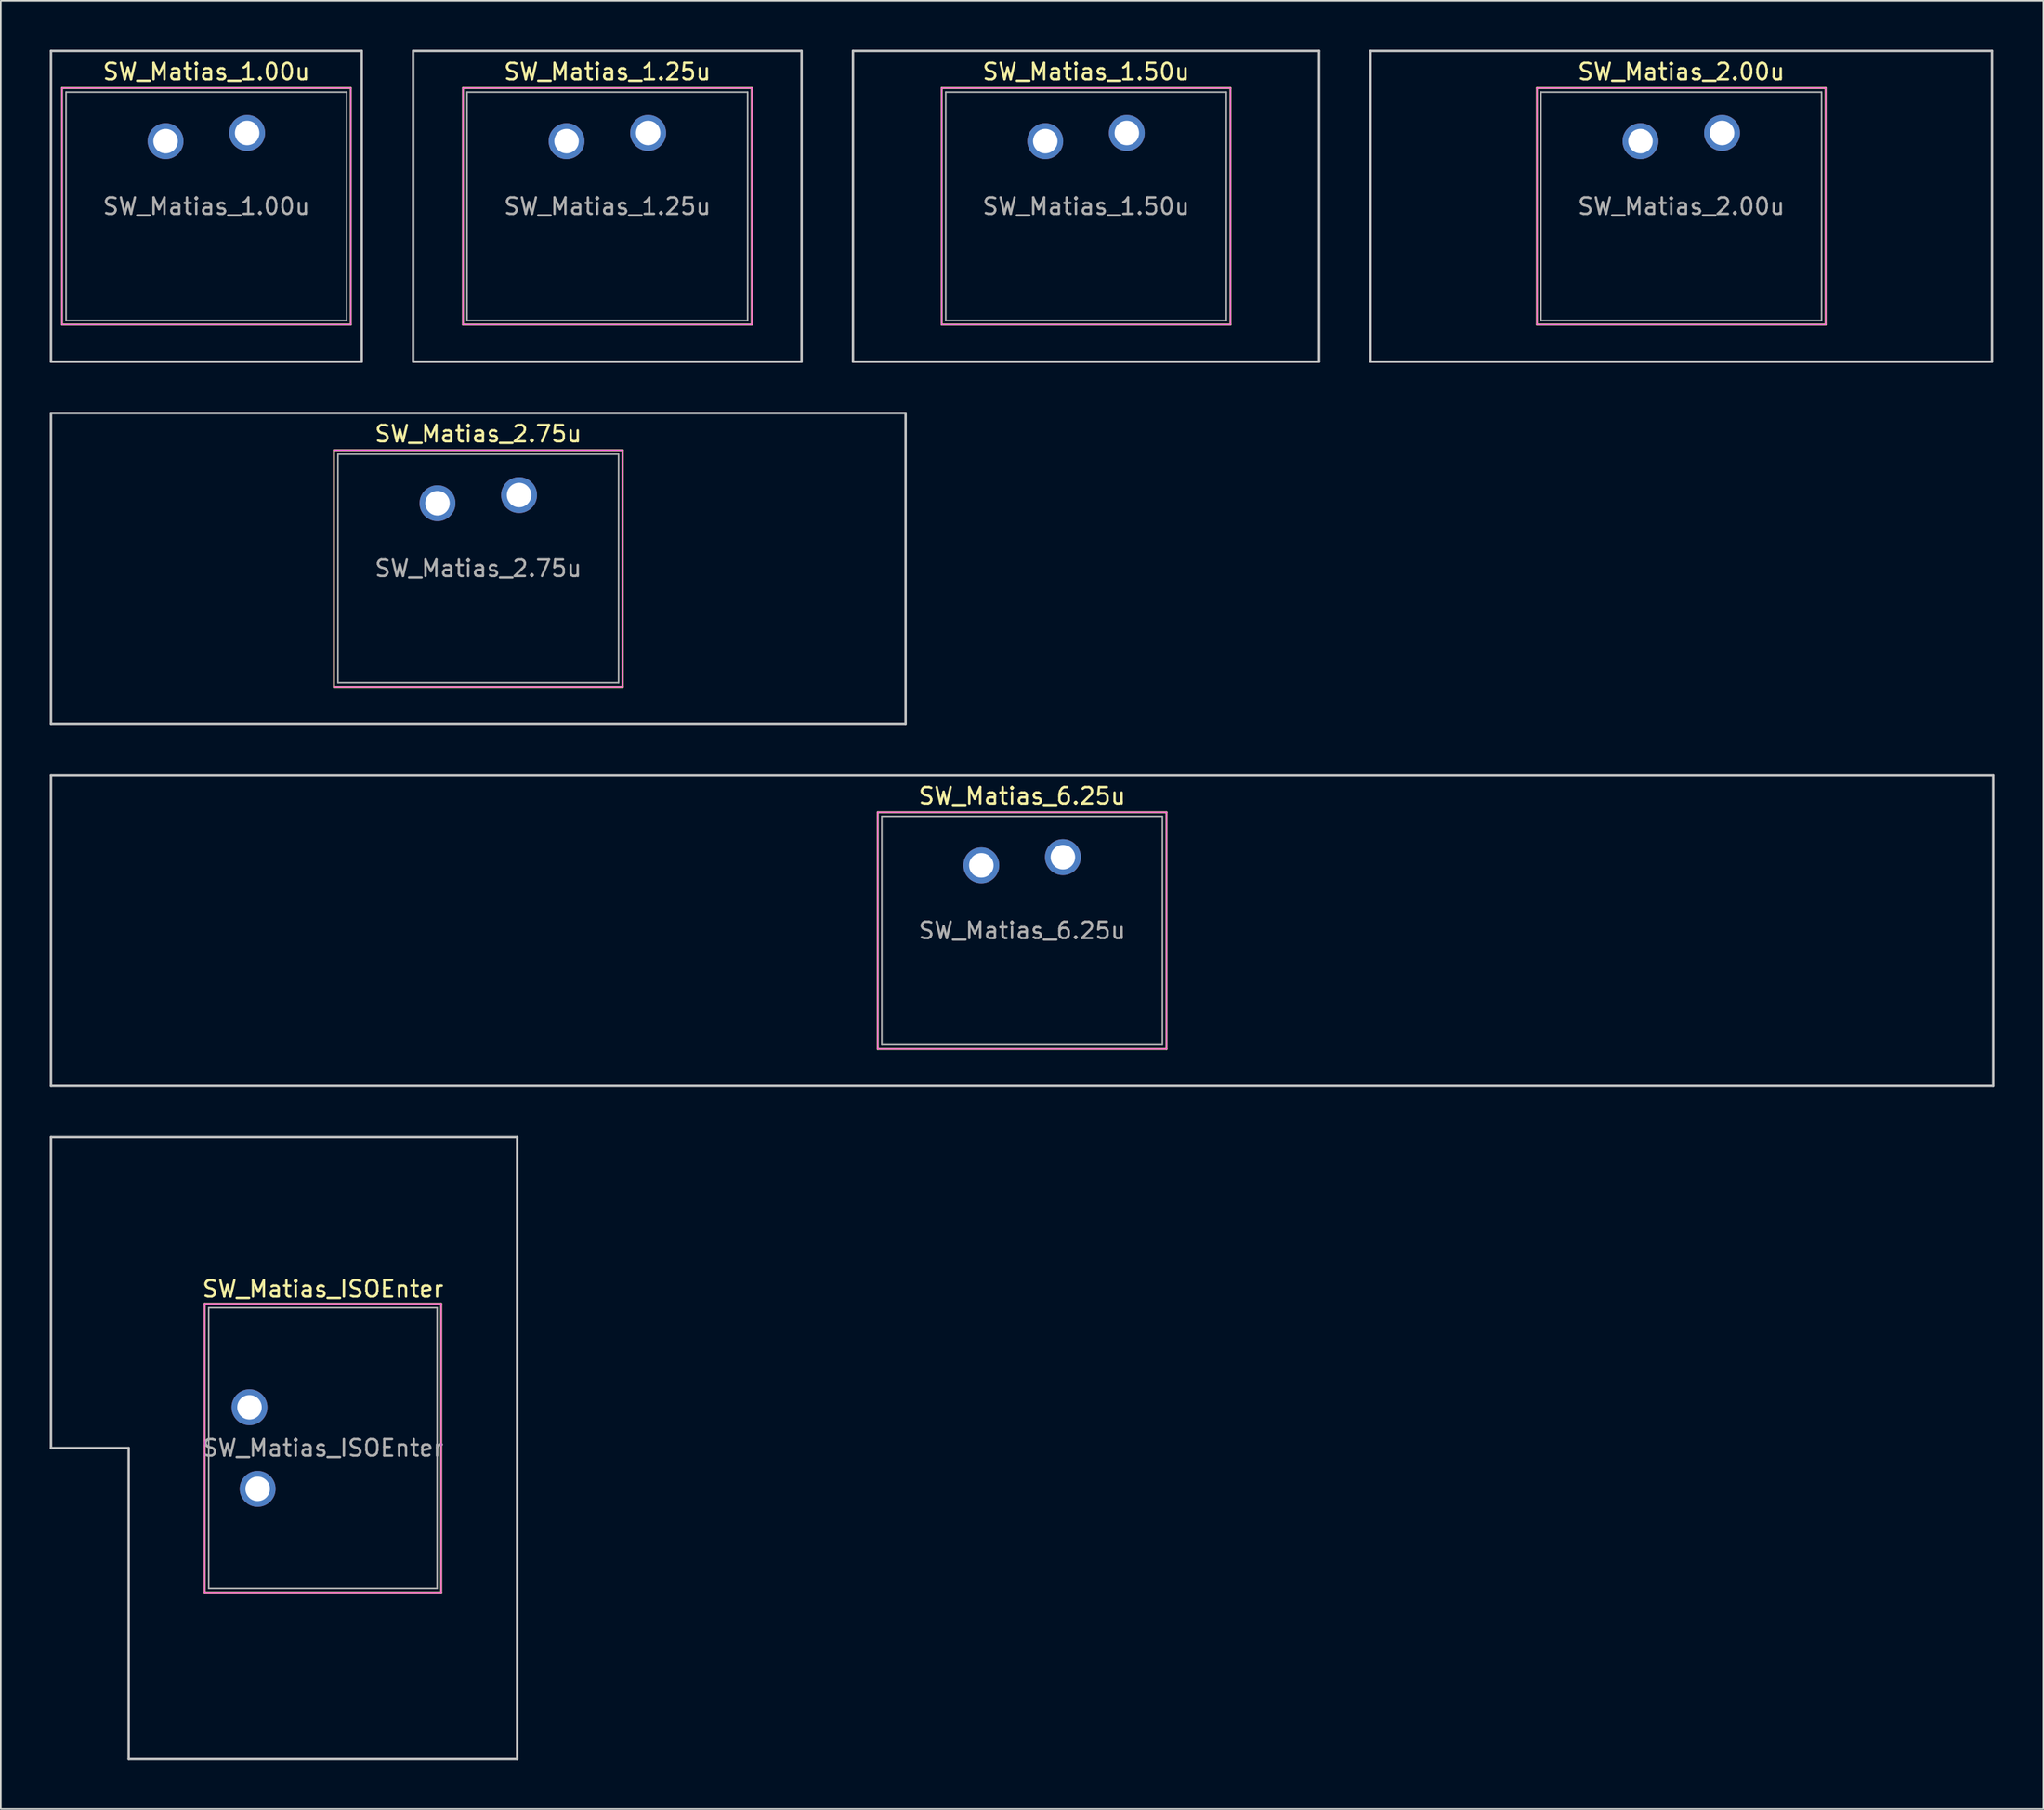
<source format=kicad_pcb>
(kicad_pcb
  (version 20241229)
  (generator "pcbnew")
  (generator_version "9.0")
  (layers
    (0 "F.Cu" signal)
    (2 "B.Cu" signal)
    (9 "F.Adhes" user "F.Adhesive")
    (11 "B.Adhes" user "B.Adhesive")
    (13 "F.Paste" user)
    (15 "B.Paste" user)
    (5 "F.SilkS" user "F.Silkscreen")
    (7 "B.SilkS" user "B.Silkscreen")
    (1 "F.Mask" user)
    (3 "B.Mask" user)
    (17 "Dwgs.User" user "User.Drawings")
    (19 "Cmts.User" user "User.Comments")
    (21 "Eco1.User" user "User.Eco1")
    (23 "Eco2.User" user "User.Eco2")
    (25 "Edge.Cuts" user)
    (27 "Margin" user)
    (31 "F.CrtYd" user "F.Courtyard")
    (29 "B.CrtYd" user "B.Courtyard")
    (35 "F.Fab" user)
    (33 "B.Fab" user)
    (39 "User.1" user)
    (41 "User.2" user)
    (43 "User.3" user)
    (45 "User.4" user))
  (footprint "SW_Matias_ISOEnter"
    (layer "F.Cu")
    (at 12.244 83.225)
    (property "Reference" "SW_Matias_ISOEnter" (at 4.5 -7.25 0) (layer "F.SilkS") (effects (font (size 1 1) (thickness 0.15))))
    (attr through_hole)
    (fp_line (start -2.75 -6.35) (end 11.75 -6.35) (stroke (width 0.12) (type solid)) (layer "F.SilkS"))
    (fp_line (start -2.75 11.35) (end -2.75 -6.35) (stroke (width 0.12) (type solid)) (layer "F.SilkS"))
    (fp_line (start 11.75 -6.35) (end 11.75 11.35) (stroke (width 0.12) (type solid)) (layer "F.SilkS"))
    (fp_line (start 11.75 11.35) (end -2.75 11.35) (stroke (width 0.12) (type solid)) (layer "F.SilkS"))
    (fp_line (start -12.169 -16.55) (end -12.169 2.5) (stroke (width 0.15) (type solid)) (layer "Dwgs.User"))
    (fp_line (start -12.169 -16.55) (end 16.406 -16.55) (stroke (width 0.15) (type solid)) (layer "Dwgs.User"))
    (fp_line (start -12.169 2.5) (end -7.406 2.5) (stroke (width 0.15) (type solid)) (layer "Dwgs.User"))
    (fp_line (start -7.406 21.55) (end -7.406 2.5) (stroke (width 0.15) (type solid)) (layer "Dwgs.User"))
    (fp_line (start 16.406 -16.55) (end 16.406 21.55) (stroke (width 0.15) (type solid)) (layer "Dwgs.User"))
    (fp_line (start 16.406 21.55) (end -7.406 21.55) (stroke (width 0.15) (type solid)) (layer "Dwgs.User"))
    (fp_line (start -2.75 11.35) (end -2.75 -6.35) (stroke (width 0.05) (type solid)) (layer "F.CrtYd"))
    (fp_line (start -2.75 11.35) (end 11.75 11.35) (stroke (width 0.05) (type solid)) (layer "F.CrtYd"))
    (fp_line (start 11.75 -6.35) (end -2.75 -6.35) (stroke (width 0.05) (type solid)) (layer "F.CrtYd"))
    (fp_line (start 11.75 11.35) (end 11.75 -6.35) (stroke (width 0.05) (type solid)) (layer "F.CrtYd"))
    (fp_line (start -2.5 -6.1) (end 11.5 -6.1) (stroke (width 0.1) (type solid)) (layer "F.Fab"))
    (fp_line (start -2.5 11.1) (end -2.5 -6.1) (stroke (width 0.1) (type solid)) (layer "F.Fab"))
    (fp_line (start 11.5 -6.1) (end 11.5 11.1) (stroke (width 0.1) (type solid)) (layer "F.Fab"))
    (fp_line (start 11.5 11.1) (end -2.5 11.1) (stroke (width 0.1) (type solid)) (layer "F.Fab"))
    (fp_text user "${REFERENCE}" (at 4.5 2.5 180) (layer "F.Fab") (effects (font (size 1 1) (thickness 0.15))))
    (pad "1" thru_hole circle (at 0 0) (size 2.2 2.2) (drill 1.5) (layers "*.Cu" "*.Mask"))
    (pad "2" thru_hole circle (at 0.5 5) (size 2.2 2.2) (drill 1.5) (layers "*.Cu" "*.Mask")))
  (footprint "SW_Matias_1.00u"
    (layer "F.Cu")
    (at 12.1 5.1)
    (property "Reference" "SW_Matias_1.00u" (at -2.5 -3.75 0) (layer "F.SilkS") (effects (font (size 1 1) (thickness 0.15))))
    (attr through_hole)
    (fp_line (start -11.35 -2.75) (end 6.35 -2.75) (stroke (width 0.12) (type solid)) (layer "F.SilkS"))
    (fp_line (start -11.35 11.75) (end -11.35 -2.75) (stroke (width 0.12) (type solid)) (layer "F.SilkS"))
    (fp_line (start 6.35 -2.75) (end 6.35 11.75) (stroke (width 0.12) (type solid)) (layer "F.SilkS"))
    (fp_line (start 6.35 11.75) (end -11.35 11.75) (stroke (width 0.12) (type solid)) (layer "F.SilkS"))
    (fp_line (start -12.025 -5.025) (end 7.025 -5.025) (stroke (width 0.15) (type solid)) (layer "Dwgs.User"))
    (fp_line (start -12.025 14.025) (end -12.025 -5.025) (stroke (width 0.15) (type solid)) (layer "Dwgs.User"))
    (fp_line (start 7.025 -5.025) (end 7.025 14.025) (stroke (width 0.15) (type solid)) (layer "Dwgs.User"))
    (fp_line (start 7.025 14.025) (end -12.025 14.025) (stroke (width 0.15) (type solid)) (layer "Dwgs.User"))
    (fp_line (start -11.35 -2.75) (end -11.35 11.75) (stroke (width 0.05) (type solid)) (layer "F.CrtYd"))
    (fp_line (start -11.35 -2.75) (end 6.35 -2.75) (stroke (width 0.05) (type solid)) (layer "F.CrtYd"))
    (fp_line (start -11.35 11.75) (end 6.35 11.75) (stroke (width 0.05) (type solid)) (layer "F.CrtYd"))
    (fp_line (start 6.35 11.75) (end 6.35 -2.75) (stroke (width 0.05) (type solid)) (layer "F.CrtYd"))
    (fp_line (start -11.1 -2.5) (end 6.1 -2.5) (stroke (width 0.1) (type solid)) (layer "F.Fab"))
    (fp_line (start -11.1 11.5) (end -11.1 -2.5) (stroke (width 0.1) (type solid)) (layer "F.Fab"))
    (fp_line (start 6.1 -2.5) (end 6.1 11.5) (stroke (width 0.1) (type solid)) (layer "F.Fab"))
    (fp_line (start 6.1 11.5) (end -11.1 11.5) (stroke (width 0.1) (type solid)) (layer "F.Fab"))
    (fp_text user "${REFERENCE}" (at -2.5 4.5 0) (layer "F.Fab") (effects (font (size 1 1) (thickness 0.15))))
    (pad "1" thru_hole circle (at 0 0) (size 2.2 2.2) (drill 1.5) (layers "*.Cu" "*.Mask"))
    (pad "2" thru_hole circle (at -5 0.5) (size 2.2 2.2) (drill 1.5) (layers "*.Cu" "*.Mask")))
  (footprint "SW_Matias_1.50u"
    (layer "F.Cu")
    (at 66.025 5.1)
    (property "Reference" "SW_Matias_1.50u" (at -2.5 -3.75 0) (layer "F.SilkS") (effects (font (size 1 1) (thickness 0.15))))
    (attr through_hole)
    (fp_line (start -11.35 -2.75) (end 6.35 -2.75) (stroke (width 0.12) (type solid)) (layer "F.SilkS"))
    (fp_line (start -11.35 11.75) (end -11.35 -2.75) (stroke (width 0.12) (type solid)) (layer "F.SilkS"))
    (fp_line (start 6.35 -2.75) (end 6.35 11.75) (stroke (width 0.12) (type solid)) (layer "F.SilkS"))
    (fp_line (start 6.35 11.75) (end -11.35 11.75) (stroke (width 0.12) (type solid)) (layer "F.SilkS"))
    (fp_line (start -16.788 -5.025) (end 11.787 -5.025) (stroke (width 0.15) (type solid)) (layer "Dwgs.User"))
    (fp_line (start -16.788 14.025) (end -16.788 -5.025) (stroke (width 0.15) (type solid)) (layer "Dwgs.User"))
    (fp_line (start 11.787 -5.025) (end 11.787 14.025) (stroke (width 0.15) (type solid)) (layer "Dwgs.User"))
    (fp_line (start 11.787 14.025) (end -16.788 14.025) (stroke (width 0.15) (type solid)) (layer "Dwgs.User"))
    (fp_line (start -11.35 -2.75) (end -11.35 11.75) (stroke (width 0.05) (type solid)) (layer "F.CrtYd"))
    (fp_line (start -11.35 -2.75) (end 6.35 -2.75) (stroke (width 0.05) (type solid)) (layer "F.CrtYd"))
    (fp_line (start -11.35 11.75) (end 6.35 11.75) (stroke (width 0.05) (type solid)) (layer "F.CrtYd"))
    (fp_line (start 6.35 11.75) (end 6.35 -2.75) (stroke (width 0.05) (type solid)) (layer "F.CrtYd"))
    (fp_line (start -11.1 -2.5) (end 6.1 -2.5) (stroke (width 0.1) (type solid)) (layer "F.Fab"))
    (fp_line (start -11.1 11.5) (end -11.1 -2.5) (stroke (width 0.1) (type solid)) (layer "F.Fab"))
    (fp_line (start 6.1 -2.5) (end 6.1 11.5) (stroke (width 0.1) (type solid)) (layer "F.Fab"))
    (fp_line (start 6.1 11.5) (end -11.1 11.5) (stroke (width 0.1) (type solid)) (layer "F.Fab"))
    (fp_text user "${REFERENCE}" (at -2.5 4.5 0) (layer "F.Fab") (effects (font (size 1 1) (thickness 0.15))))
    (pad "1" thru_hole circle (at 0 0) (size 2.2 2.2) (drill 1.5) (layers "*.Cu" "*.Mask"))
    (pad "2" thru_hole circle (at -5 0.5) (size 2.2 2.2) (drill 1.5) (layers "*.Cu" "*.Mask")))
  (footprint "SW_Matias_2.75u"
    (layer "F.Cu")
    (at 28.769 27.3)
    (property "Reference" "SW_Matias_2.75u" (at -2.5 -3.75 0) (layer "F.SilkS") (effects (font (size 1 1) (thickness 0.15))))
    (attr through_hole)
    (fp_line (start -11.35 -2.75) (end 6.35 -2.75) (stroke (width 0.12) (type solid)) (layer "F.SilkS"))
    (fp_line (start -11.35 11.75) (end -11.35 -2.75) (stroke (width 0.12) (type solid)) (layer "F.SilkS"))
    (fp_line (start 6.35 -2.75) (end 6.35 11.75) (stroke (width 0.12) (type solid)) (layer "F.SilkS"))
    (fp_line (start 6.35 11.75) (end -11.35 11.75) (stroke (width 0.12) (type solid)) (layer "F.SilkS"))
    (fp_line (start -28.694 -5.025) (end 23.694 -5.025) (stroke (width 0.15) (type solid)) (layer "Dwgs.User"))
    (fp_line (start -28.694 14.025) (end -28.694 -5.025) (stroke (width 0.15) (type solid)) (layer "Dwgs.User"))
    (fp_line (start 23.694 -5.025) (end 23.694 14.025) (stroke (width 0.15) (type solid)) (layer "Dwgs.User"))
    (fp_line (start 23.694 14.025) (end -28.694 14.025) (stroke (width 0.15) (type solid)) (layer "Dwgs.User"))
    (fp_line (start -11.35 -2.75) (end -11.35 11.75) (stroke (width 0.05) (type solid)) (layer "F.CrtYd"))
    (fp_line (start -11.35 -2.75) (end 6.35 -2.75) (stroke (width 0.05) (type solid)) (layer "F.CrtYd"))
    (fp_line (start -11.35 11.75) (end 6.35 11.75) (stroke (width 0.05) (type solid)) (layer "F.CrtYd"))
    (fp_line (start 6.35 11.75) (end 6.35 -2.75) (stroke (width 0.05) (type solid)) (layer "F.CrtYd"))
    (fp_line (start -11.1 -2.5) (end 6.1 -2.5) (stroke (width 0.1) (type solid)) (layer "F.Fab"))
    (fp_line (start -11.1 11.5) (end -11.1 -2.5) (stroke (width 0.1) (type solid)) (layer "F.Fab"))
    (fp_line (start 6.1 -2.5) (end 6.1 11.5) (stroke (width 0.1) (type solid)) (layer "F.Fab"))
    (fp_line (start 6.1 11.5) (end -11.1 11.5) (stroke (width 0.1) (type solid)) (layer "F.Fab"))
    (fp_text user "${REFERENCE}" (at -2.5 4.5 0) (layer "F.Fab") (effects (font (size 1 1) (thickness 0.15))))
    (pad "1" thru_hole circle (at 0 0) (size 2.2 2.2) (drill 1.5) (layers "*.Cu" "*.Mask"))
    (pad "2" thru_hole circle (at -5 0.5) (size 2.2 2.2) (drill 1.5) (layers "*.Cu" "*.Mask")))
  (footprint "SW_Matias_1.25u"
    (layer "F.Cu")
    (at 36.681 5.1)
    (property "Reference" "SW_Matias_1.25u" (at -2.5 -3.75 0) (layer "F.SilkS") (effects (font (size 1 1) (thickness 0.15))))
    (attr through_hole)
    (fp_line (start -11.35 -2.75) (end 6.35 -2.75) (stroke (width 0.12) (type solid)) (layer "F.SilkS"))
    (fp_line (start -11.35 11.75) (end -11.35 -2.75) (stroke (width 0.12) (type solid)) (layer "F.SilkS"))
    (fp_line (start 6.35 -2.75) (end 6.35 11.75) (stroke (width 0.12) (type solid)) (layer "F.SilkS"))
    (fp_line (start 6.35 11.75) (end -11.35 11.75) (stroke (width 0.12) (type solid)) (layer "F.SilkS"))
    (fp_line (start -14.406 -5.025) (end 9.406 -5.025) (stroke (width 0.15) (type solid)) (layer "Dwgs.User"))
    (fp_line (start -14.406 14.025) (end -14.406 -5.025) (stroke (width 0.15) (type solid)) (layer "Dwgs.User"))
    (fp_line (start 9.406 -5.025) (end 9.406 14.025) (stroke (width 0.15) (type solid)) (layer "Dwgs.User"))
    (fp_line (start 9.406 14.025) (end -14.406 14.025) (stroke (width 0.15) (type solid)) (layer "Dwgs.User"))
    (fp_line (start -11.35 -2.75) (end -11.35 11.75) (stroke (width 0.05) (type solid)) (layer "F.CrtYd"))
    (fp_line (start -11.35 -2.75) (end 6.35 -2.75) (stroke (width 0.05) (type solid)) (layer "F.CrtYd"))
    (fp_line (start -11.35 11.75) (end 6.35 11.75) (stroke (width 0.05) (type solid)) (layer "F.CrtYd"))
    (fp_line (start 6.35 11.75) (end 6.35 -2.75) (stroke (width 0.05) (type solid)) (layer "F.CrtYd"))
    (fp_line (start -11.1 -2.5) (end 6.1 -2.5) (stroke (width 0.1) (type solid)) (layer "F.Fab"))
    (fp_line (start -11.1 11.5) (end -11.1 -2.5) (stroke (width 0.1) (type solid)) (layer "F.Fab"))
    (fp_line (start 6.1 -2.5) (end 6.1 11.5) (stroke (width 0.1) (type solid)) (layer "F.Fab"))
    (fp_line (start 6.1 11.5) (end -11.1 11.5) (stroke (width 0.1) (type solid)) (layer "F.Fab"))
    (fp_text user "${REFERENCE}" (at -2.5 4.5 0) (layer "F.Fab") (effects (font (size 1 1) (thickness 0.15))))
    (pad "1" thru_hole circle (at 0 0) (size 2.2 2.2) (drill 1.5) (layers "*.Cu" "*.Mask"))
    (pad "2" thru_hole circle (at -5 0.5) (size 2.2 2.2) (drill 1.5) (layers "*.Cu" "*.Mask")))
  (footprint "SW_Matias_6.25u"
    (layer "F.Cu")
    (at 62.106 49.5)
    (property "Reference" "SW_Matias_6.25u" (at -2.5 -3.75 0) (layer "F.SilkS") (effects (font (size 1 1) (thickness 0.15))))
    (attr through_hole)
    (fp_line (start -11.35 -2.75) (end 6.35 -2.75) (stroke (width 0.12) (type solid)) (layer "F.SilkS"))
    (fp_line (start -11.35 11.75) (end -11.35 -2.75) (stroke (width 0.12) (type solid)) (layer "F.SilkS"))
    (fp_line (start 6.35 -2.75) (end 6.35 11.75) (stroke (width 0.12) (type solid)) (layer "F.SilkS"))
    (fp_line (start 6.35 11.75) (end -11.35 11.75) (stroke (width 0.12) (type solid)) (layer "F.SilkS"))
    (fp_line (start -62.031 -5.025) (end 57.031 -5.025) (stroke (width 0.15) (type solid)) (layer "Dwgs.User"))
    (fp_line (start -62.031 14.025) (end -62.031 -5.025) (stroke (width 0.15) (type solid)) (layer "Dwgs.User"))
    (fp_line (start 57.031 -5.025) (end 57.031 14.025) (stroke (width 0.15) (type solid)) (layer "Dwgs.User"))
    (fp_line (start 57.031 14.025) (end -62.031 14.025) (stroke (width 0.15) (type solid)) (layer "Dwgs.User"))
    (fp_line (start -11.35 -2.75) (end -11.35 11.75) (stroke (width 0.05) (type solid)) (layer "F.CrtYd"))
    (fp_line (start -11.35 -2.75) (end 6.35 -2.75) (stroke (width 0.05) (type solid)) (layer "F.CrtYd"))
    (fp_line (start -11.35 11.75) (end 6.35 11.75) (stroke (width 0.05) (type solid)) (layer "F.CrtYd"))
    (fp_line (start 6.35 11.75) (end 6.35 -2.75) (stroke (width 0.05) (type solid)) (layer "F.CrtYd"))
    (fp_line (start -11.1 -2.5) (end 6.1 -2.5) (stroke (width 0.1) (type solid)) (layer "F.Fab"))
    (fp_line (start -11.1 11.5) (end -11.1 -2.5) (stroke (width 0.1) (type solid)) (layer "F.Fab"))
    (fp_line (start 6.1 -2.5) (end 6.1 11.5) (stroke (width 0.1) (type solid)) (layer "F.Fab"))
    (fp_line (start 6.1 11.5) (end -11.1 11.5) (stroke (width 0.1) (type solid)) (layer "F.Fab"))
    (fp_text user "${REFERENCE}" (at -2.5 4.5 0) (layer "F.Fab") (effects (font (size 1 1) (thickness 0.15))))
    (pad "1" thru_hole circle (at 0 0) (size 2.2 2.2) (drill 1.5) (layers "*.Cu" "*.Mask"))
    (pad "2" thru_hole circle (at -5 0.5) (size 2.2 2.2) (drill 1.5) (layers "*.Cu" "*.Mask")))
  (footprint "SW_Matias_2.00u"
    (layer "F.Cu")
    (at 102.513 5.1)
    (property "Reference" "SW_Matias_2.00u" (at -2.5 -3.75 0) (layer "F.SilkS") (effects (font (size 1 1) (thickness 0.15))))
    (attr through_hole)
    (fp_line (start -11.35 -2.75) (end 6.35 -2.75) (stroke (width 0.12) (type solid)) (layer "F.SilkS"))
    (fp_line (start -11.35 11.75) (end -11.35 -2.75) (stroke (width 0.12) (type solid)) (layer "F.SilkS"))
    (fp_line (start 6.35 -2.75) (end 6.35 11.75) (stroke (width 0.12) (type solid)) (layer "F.SilkS"))
    (fp_line (start 6.35 11.75) (end -11.35 11.75) (stroke (width 0.12) (type solid)) (layer "F.SilkS"))
    (fp_line (start -21.55 -5.025) (end 16.55 -5.025) (stroke (width 0.15) (type solid)) (layer "Dwgs.User"))
    (fp_line (start -21.55 14.025) (end -21.55 -5.025) (stroke (width 0.15) (type solid)) (layer "Dwgs.User"))
    (fp_line (start 16.55 -5.025) (end 16.55 14.025) (stroke (width 0.15) (type solid)) (layer "Dwgs.User"))
    (fp_line (start 16.55 14.025) (end -21.55 14.025) (stroke (width 0.15) (type solid)) (layer "Dwgs.User"))
    (fp_line (start -11.35 -2.75) (end -11.35 11.75) (stroke (width 0.05) (type solid)) (layer "F.CrtYd"))
    (fp_line (start -11.35 -2.75) (end 6.35 -2.75) (stroke (width 0.05) (type solid)) (layer "F.CrtYd"))
    (fp_line (start -11.35 11.75) (end 6.35 11.75) (stroke (width 0.05) (type solid)) (layer "F.CrtYd"))
    (fp_line (start 6.35 11.75) (end 6.35 -2.75) (stroke (width 0.05) (type solid)) (layer "F.CrtYd"))
    (fp_line (start -11.1 -2.5) (end 6.1 -2.5) (stroke (width 0.1) (type solid)) (layer "F.Fab"))
    (fp_line (start -11.1 11.5) (end -11.1 -2.5) (stroke (width 0.1) (type solid)) (layer "F.Fab"))
    (fp_line (start 6.1 -2.5) (end 6.1 11.5) (stroke (width 0.1) (type solid)) (layer "F.Fab"))
    (fp_line (start 6.1 11.5) (end -11.1 11.5) (stroke (width 0.1) (type solid)) (layer "F.Fab"))
    (fp_text user "${REFERENCE}" (at -2.5 4.5 0) (layer "F.Fab") (effects (font (size 1 1) (thickness 0.15))))
    (pad "1" thru_hole circle (at 0 0) (size 2.2 2.2) (drill 1.5) (layers "*.Cu" "*.Mask"))
    (pad "2" thru_hole circle (at -5 0.5) (size 2.2 2.2) (drill 1.5) (layers "*.Cu" "*.Mask")))
  (gr_rect
    (start -3 -3)
    (end 122.213 107.85)
    (stroke (width 0.1) (type default))
    (fill no)
    (layer "Edge.Cuts")))
</source>
